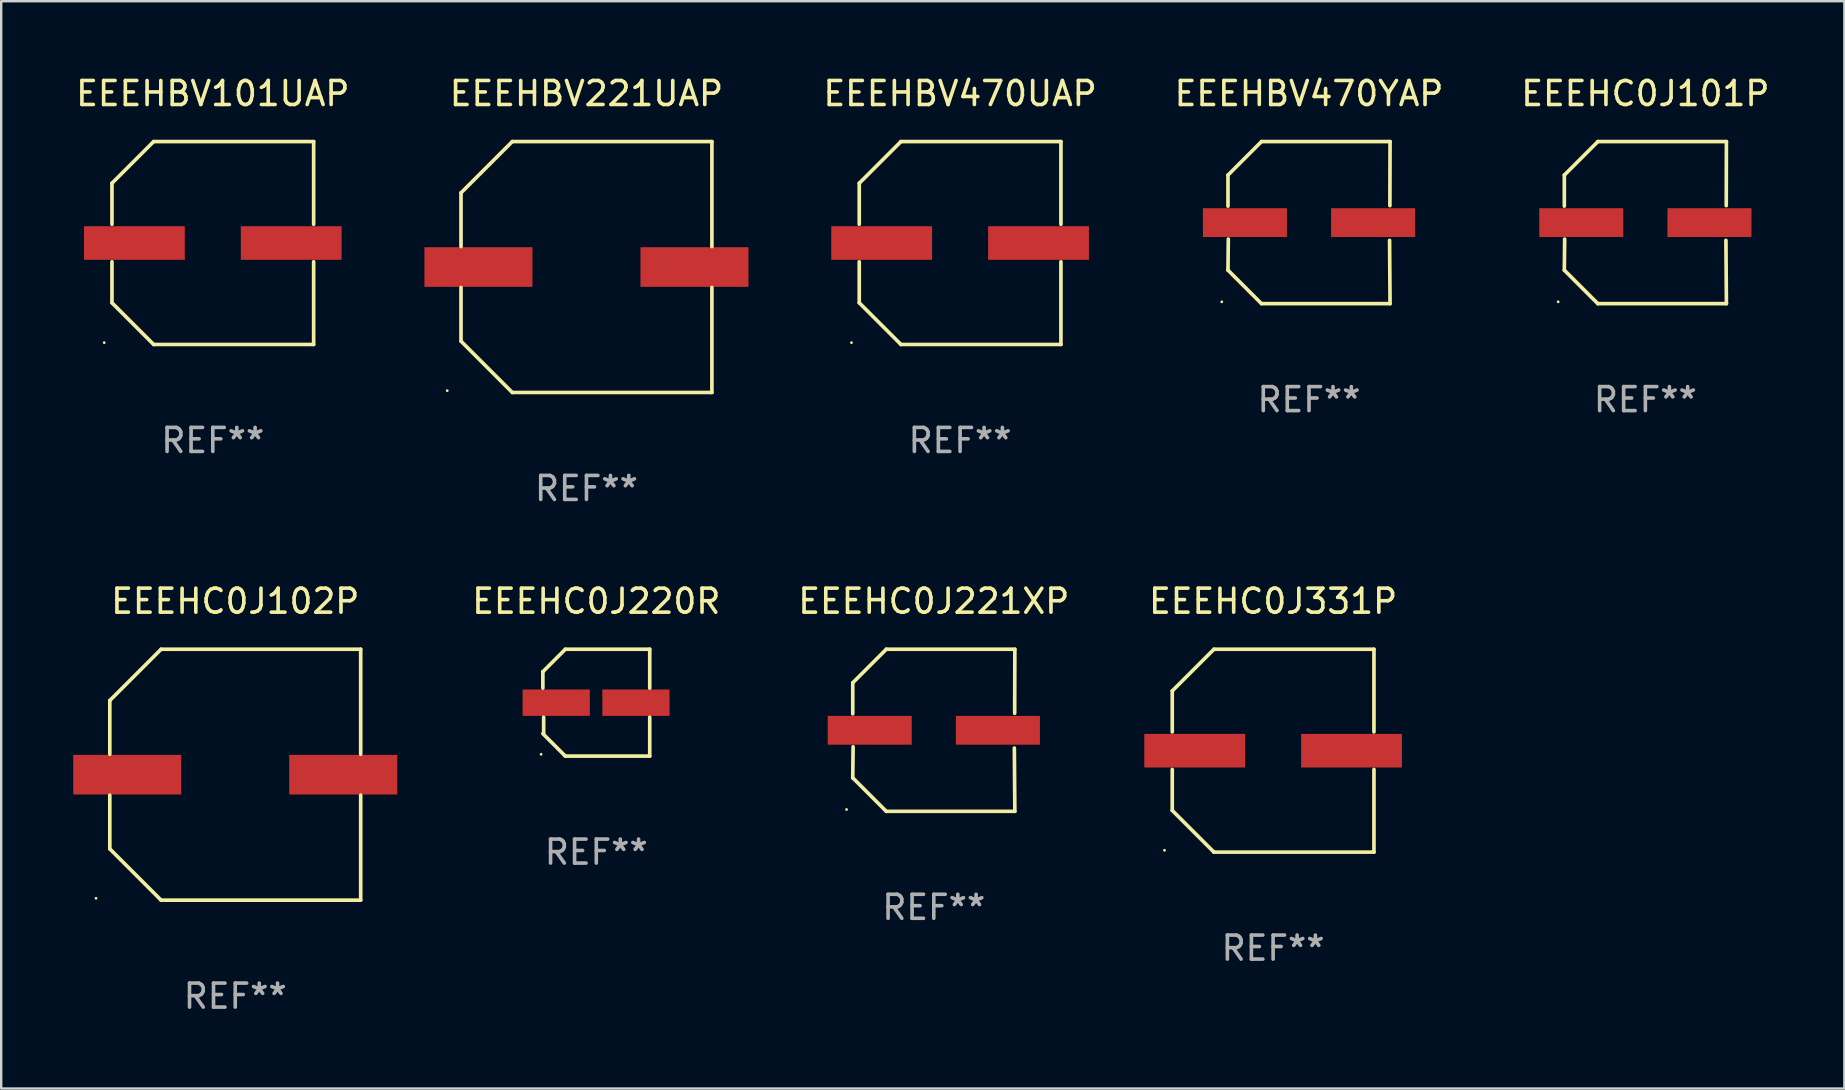
<source format=kicad_pcb>
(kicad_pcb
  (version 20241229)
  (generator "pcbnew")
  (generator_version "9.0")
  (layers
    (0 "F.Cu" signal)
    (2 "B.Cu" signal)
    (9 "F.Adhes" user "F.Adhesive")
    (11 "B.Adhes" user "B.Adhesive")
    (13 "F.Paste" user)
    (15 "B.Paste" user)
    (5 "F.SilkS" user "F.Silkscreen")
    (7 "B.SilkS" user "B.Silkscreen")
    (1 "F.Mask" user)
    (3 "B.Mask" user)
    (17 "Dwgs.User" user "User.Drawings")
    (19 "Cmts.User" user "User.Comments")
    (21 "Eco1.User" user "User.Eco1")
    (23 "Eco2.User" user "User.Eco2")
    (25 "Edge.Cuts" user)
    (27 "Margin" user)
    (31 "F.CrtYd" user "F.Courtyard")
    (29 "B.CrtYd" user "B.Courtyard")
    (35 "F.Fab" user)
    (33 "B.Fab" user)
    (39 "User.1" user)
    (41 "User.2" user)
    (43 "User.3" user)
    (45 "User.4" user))
  (footprint "EEEHBV101UAP"
    (layer "F.Cu")
    (at 5.815 7.074)
    (property "Reference" "EEEHBV101UAP" (at 0 -6.226 0) (layer "F.SilkS") (effects (font (size 1 1) (thickness 0.15))))
    (attr through_hole)
    (fp_line (start -4.201 -2.49) (end -4.201 -0.782) (stroke (width 0.152) (type solid)) (layer "F.SilkS"))
    (fp_line (start -4.201 2.49) (end -4.201 0.782) (stroke (width 0.152) (type solid)) (layer "F.SilkS"))
    (fp_line (start -2.465 -4.226) (end -4.201 -2.49) (stroke (width 0.152) (type solid)) (layer "F.SilkS"))
    (fp_line (start -2.465 4.226) (end -4.201 2.49) (stroke (width 0.152) (type solid)) (layer "F.SilkS"))
    (fp_line (start 4.201 -4.226) (end -2.465 -4.226) (stroke (width 0.152) (type solid)) (layer "F.SilkS"))
    (fp_line (start 4.201 -0.782) (end 4.201 -4.226) (stroke (width 0.152) (type solid)) (layer "F.SilkS"))
    (fp_line (start 4.201 0.782) (end 4.201 4.226) (stroke (width 0.152) (type solid)) (layer "F.SilkS"))
    (fp_line (start 4.201 4.226) (end -2.465 4.226) (stroke (width 0.152) (type solid)) (layer "F.SilkS"))
    (fp_circle (center -4.524 4.15) (end -4.494 4.15) (stroke (width 0.06) (type solid)) (fill no) (layer "F.SilkS"))
    (fp_text user "REF**" (at 0 8.226 0) (layer "F.Fab") (effects (font (size 1 1) (thickness 0.15))))
    (pad "1" smd rect (at -3.267 0) (size 4.2 1.4) (layers "F.Cu" "F.Mask" "F.Paste"))
    (pad "2" smd rect (at 3.267 0) (size 4.2 1.4) (layers "F.Cu" "F.Mask" "F.Paste")))
  (footprint "EEEHC0J331P"
    (layer "F.Cu")
    (at 49.986 28.223)
    (property "Reference" "EEEHC0J331P" (at 0 -6.226 0) (layer "F.SilkS") (effects (font (size 1 1) (thickness 0.15))))
    (attr through_hole)
    (fp_line (start -4.201 -2.49) (end -4.201 -0.782) (stroke (width 0.152) (type solid)) (layer "F.SilkS"))
    (fp_line (start -4.201 2.49) (end -4.201 0.782) (stroke (width 0.152) (type solid)) (layer "F.SilkS"))
    (fp_line (start -2.465 -4.226) (end -4.201 -2.49) (stroke (width 0.152) (type solid)) (layer "F.SilkS"))
    (fp_line (start -2.465 4.226) (end -4.201 2.49) (stroke (width 0.152) (type solid)) (layer "F.SilkS"))
    (fp_line (start 4.201 -4.226) (end -2.465 -4.226) (stroke (width 0.152) (type solid)) (layer "F.SilkS"))
    (fp_line (start 4.201 -0.782) (end 4.201 -4.226) (stroke (width 0.152) (type solid)) (layer "F.SilkS"))
    (fp_line (start 4.201 0.782) (end 4.201 4.226) (stroke (width 0.152) (type solid)) (layer "F.SilkS"))
    (fp_line (start 4.201 4.226) (end -2.465 4.226) (stroke (width 0.152) (type solid)) (layer "F.SilkS"))
    (fp_circle (center -4.524 4.15) (end -4.494 4.15) (stroke (width 0.06) (type solid)) (fill no) (layer "F.SilkS"))
    (fp_text user "REF**" (at 0 8.226 0) (layer "F.Fab") (effects (font (size 1 1) (thickness 0.15))))
    (pad "1" smd rect (at -3.267 0) (size 4.2 1.4) (layers "F.Cu" "F.Mask" "F.Paste"))
    (pad "2" smd rect (at 3.267 0) (size 4.2 1.4) (layers "F.Cu" "F.Mask" "F.Paste")))
  (footprint "EEEHC0J221XP"
    (layer "F.Cu")
    (at 35.851 27.373)
    (property "Reference" "EEEHC0J221XP" (at 0 -5.376 0) (layer "F.SilkS") (effects (font (size 1 1) (thickness 0.15))))
    (attr through_hole)
    (fp_line (start -3.376 -1.98) (end -3.376 -0.686) (stroke (width 0.152) (type solid)) (layer "F.SilkS"))
    (fp_line (start -3.376 1.981) (end -3.362 0.686) (stroke (width 0.152) (type solid)) (layer "F.SilkS"))
    (fp_line (start -1.981 3.376) (end -3.376 1.981) (stroke (width 0.152) (type solid)) (layer "F.SilkS"))
    (fp_line (start -1.98 -3.376) (end -3.376 -1.98) (stroke (width 0.152) (type solid)) (layer "F.SilkS"))
    (fp_line (start 3.356 0.74) (end 3.376 3.376) (stroke (width 0.152) (type solid)) (layer "F.SilkS"))
    (fp_line (start 3.369 -0.707) (end 3.376 -3.376) (stroke (width 0.152) (type solid)) (layer "F.SilkS"))
    (fp_line (start 3.376 3.376) (end -1.981 3.376) (stroke (width 0.152) (type solid)) (layer "F.SilkS"))
    (fp_line (start 3.376 -3.376) (end -1.98 -3.376) (stroke (width 0.152) (type solid)) (layer "F.SilkS"))
    (fp_circle (center -3.634 3.3) (end -3.604 3.3) (stroke (width 0.06) (type solid)) (fill no) (layer "F.SilkS"))
    (fp_text user "REF**" (at 0 7.376 0) (layer "F.Fab") (effects (font (size 1 1) (thickness 0.15))))
    (pad "1" smd rect (at -2.67 0.000254) (size 3.5 1.2) (layers "F.Cu" "F.Mask" "F.Paste"))
    (pad "2" smd rect (at 2.67 0.000254) (size 3.5 1.2) (layers "F.Cu" "F.Mask" "F.Paste")))
  (footprint "EEEHBV470UAP"
    (layer "F.Cu")
    (at 36.946 7.074)
    (property "Reference" "EEEHBV470UAP" (at 0 -6.226 0) (layer "F.SilkS") (effects (font (size 1 1) (thickness 0.15))))
    (attr through_hole)
    (fp_line (start -4.201 -2.49) (end -4.201 -0.782) (stroke (width 0.152) (type solid)) (layer "F.SilkS"))
    (fp_line (start -4.201 2.49) (end -4.201 0.782) (stroke (width 0.152) (type solid)) (layer "F.SilkS"))
    (fp_line (start -2.465 -4.226) (end -4.201 -2.49) (stroke (width 0.152) (type solid)) (layer "F.SilkS"))
    (fp_line (start -2.465 4.226) (end -4.201 2.49) (stroke (width 0.152) (type solid)) (layer "F.SilkS"))
    (fp_line (start 4.201 -4.226) (end -2.465 -4.226) (stroke (width 0.152) (type solid)) (layer "F.SilkS"))
    (fp_line (start 4.201 -0.782) (end 4.201 -4.226) (stroke (width 0.152) (type solid)) (layer "F.SilkS"))
    (fp_line (start 4.201 0.782) (end 4.201 4.226) (stroke (width 0.152) (type solid)) (layer "F.SilkS"))
    (fp_line (start 4.201 4.226) (end -2.465 4.226) (stroke (width 0.152) (type solid)) (layer "F.SilkS"))
    (fp_circle (center -4.524 4.15) (end -4.494 4.15) (stroke (width 0.06) (type solid)) (fill no) (layer "F.SilkS"))
    (fp_text user "REF**" (at 0 8.226 0) (layer "F.Fab") (effects (font (size 1 1) (thickness 0.15))))
    (pad "1" smd rect (at -3.267 0) (size 4.2 1.4) (layers "F.Cu" "F.Mask" "F.Paste"))
    (pad "2" smd rect (at 3.267 0) (size 4.2 1.4) (layers "F.Cu" "F.Mask" "F.Paste")))
  (footprint "EEEHBV470YAP"
    (layer "F.Cu")
    (at 51.482 6.224)
    (property "Reference" "EEEHBV470YAP" (at 0 -5.376 0) (layer "F.SilkS") (effects (font (size 1 1) (thickness 0.15))))
    (attr through_hole)
    (fp_line (start -3.376 -1.98) (end -3.376 -0.686) (stroke (width 0.152) (type solid)) (layer "F.SilkS"))
    (fp_line (start -3.376 1.981) (end -3.362 0.686) (stroke (width 0.152) (type solid)) (layer "F.SilkS"))
    (fp_line (start -1.981 3.376) (end -3.376 1.981) (stroke (width 0.152) (type solid)) (layer "F.SilkS"))
    (fp_line (start -1.98 -3.376) (end -3.376 -1.98) (stroke (width 0.152) (type solid)) (layer "F.SilkS"))
    (fp_line (start 3.356 0.74) (end 3.376 3.376) (stroke (width 0.152) (type solid)) (layer "F.SilkS"))
    (fp_line (start 3.369 -0.707) (end 3.376 -3.376) (stroke (width 0.152) (type solid)) (layer "F.SilkS"))
    (fp_line (start 3.376 3.376) (end -1.981 3.376) (stroke (width 0.152) (type solid)) (layer "F.SilkS"))
    (fp_line (start 3.376 -3.376) (end -1.98 -3.376) (stroke (width 0.152) (type solid)) (layer "F.SilkS"))
    (fp_circle (center -3.634 3.3) (end -3.604 3.3) (stroke (width 0.06) (type solid)) (fill no) (layer "F.SilkS"))
    (fp_text user "REF**" (at 0 7.376 0) (layer "F.Fab") (effects (font (size 1 1) (thickness 0.15))))
    (pad "1" smd rect (at -2.67 0.000254) (size 3.5 1.2) (layers "F.Cu" "F.Mask" "F.Paste"))
    (pad "2" smd rect (at 2.67 0.000254) (size 3.5 1.2) (layers "F.Cu" "F.Mask" "F.Paste")))
  (footprint "EEEHC0J220R"
    (layer "F.Cu")
    (at 21.791 26.223)
    (property "Reference" "EEEHC0J220R" (at 0 -4.226 0) (layer "F.SilkS") (effects (font (size 1 1) (thickness 0.15))))
    (attr through_hole)
    (fp_line (start -2.226 -1.29) (end -2.226 -0.607) (stroke (width 0.152) (type solid)) (layer "F.SilkS"))
    (fp_line (start -2.193 1.29) (end -2.193 0.607) (stroke (width 0.152) (type solid)) (layer "F.SilkS"))
    (fp_line (start -1.29 2.226) (end -2.226 1.29) (stroke (width 0.152) (type solid)) (layer "F.SilkS"))
    (fp_line (start -1.29 -2.226) (end -2.226 -1.29) (stroke (width 0.152) (type solid)) (layer "F.SilkS"))
    (fp_line (start 2.226 -2.226) (end -1.29 -2.226) (stroke (width 0.152) (type solid)) (layer "F.SilkS"))
    (fp_line (start 2.226 -0.607) (end 2.226 -2.226) (stroke (width 0.152) (type solid)) (layer "F.SilkS"))
    (fp_line (start 2.226 0.607) (end 2.226 2.226) (stroke (width 0.152) (type solid)) (layer "F.SilkS"))
    (fp_line (start 2.226 2.226) (end -1.29 2.226) (stroke (width 0.152) (type solid)) (layer "F.SilkS"))
    (fp_circle (center -2.3 2.15) (end -2.27 2.15) (stroke (width 0.06) (type solid)) (fill no) (layer "F.SilkS"))
    (fp_text user "REF**" (at 0 6.226 0) (layer "F.Fab") (effects (font (size 1 1) (thickness 0.15))))
    (pad "1" smd rect (at -1.67 -0.000025) (size 2.8 1.1) (layers "F.Cu" "F.Mask" "F.Paste"))
    (pad "2" smd rect (at 1.651 -0.000025) (size 2.8 1.1) (layers "F.Cu" "F.Mask" "F.Paste")))
  (footprint "EEEHC0J101P"
    (layer "F.Cu")
    (at 65.494 6.224)
    (property "Reference" "EEEHC0J101P" (at 0 -5.376 0) (layer "F.SilkS") (effects (font (size 1 1) (thickness 0.15))))
    (attr through_hole)
    (fp_line (start -3.376 -1.98) (end -3.376 -0.686) (stroke (width 0.152) (type solid)) (layer "F.SilkS"))
    (fp_line (start -3.376 1.981) (end -3.362 0.686) (stroke (width 0.152) (type solid)) (layer "F.SilkS"))
    (fp_line (start -1.981 3.376) (end -3.376 1.981) (stroke (width 0.152) (type solid)) (layer "F.SilkS"))
    (fp_line (start -1.98 -3.376) (end -3.376 -1.98) (stroke (width 0.152) (type solid)) (layer "F.SilkS"))
    (fp_line (start 3.356 0.74) (end 3.376 3.376) (stroke (width 0.152) (type solid)) (layer "F.SilkS"))
    (fp_line (start 3.369 -0.707) (end 3.376 -3.376) (stroke (width 0.152) (type solid)) (layer "F.SilkS"))
    (fp_line (start 3.376 3.376) (end -1.981 3.376) (stroke (width 0.152) (type solid)) (layer "F.SilkS"))
    (fp_line (start 3.376 -3.376) (end -1.98 -3.376) (stroke (width 0.152) (type solid)) (layer "F.SilkS"))
    (fp_circle (center -3.634 3.3) (end -3.604 3.3) (stroke (width 0.06) (type solid)) (fill no) (layer "F.SilkS"))
    (fp_text user "REF**" (at 0 7.376 0) (layer "F.Fab") (effects (font (size 1 1) (thickness 0.15))))
    (pad "1" smd rect (at -2.67 0.000254) (size 3.5 1.2) (layers "F.Cu" "F.Mask" "F.Paste"))
    (pad "2" smd rect (at 2.67 0.000254) (size 3.5 1.2) (layers "F.Cu" "F.Mask" "F.Paste")))
  (footprint "EEEHBV221UAP"
    (layer "F.Cu")
    (at 21.381 8.074)
    (property "Reference" "EEEHBV221UAP" (at 0 -7.226 0) (layer "F.SilkS") (effects (font (size 1 1) (thickness 0.15))))
    (attr through_hole)
    (fp_line (start -5.226 -3.09) (end -5.226 -0.852) (stroke (width 0.152) (type solid)) (layer "F.SilkS"))
    (fp_line (start -5.226 3.09) (end -5.226 0.852) (stroke (width 0.152) (type solid)) (layer "F.SilkS"))
    (fp_line (start -3.09 -5.226) (end -5.226 -3.09) (stroke (width 0.152) (type solid)) (layer "F.SilkS"))
    (fp_line (start -3.09 5.226) (end -5.226 3.09) (stroke (width 0.152) (type solid)) (layer "F.SilkS"))
    (fp_line (start 5.226 -5.226) (end -3.09 -5.226) (stroke (width 0.152) (type solid)) (layer "F.SilkS"))
    (fp_line (start 5.226 -0.852) (end 5.226 -5.226) (stroke (width 0.152) (type solid)) (layer "F.SilkS"))
    (fp_line (start 5.226 0.852) (end 5.226 5.226) (stroke (width 0.152) (type solid)) (layer "F.SilkS"))
    (fp_line (start 5.226 5.226) (end -3.09 5.226) (stroke (width 0.152) (type solid)) (layer "F.SilkS"))
    (fp_circle (center -5.8 5.15) (end -5.77 5.15) (stroke (width 0.06) (type solid)) (fill no) (layer "F.SilkS"))
    (fp_text user "REF**" (at 0 9.226 0) (layer "F.Fab") (effects (font (size 1 1) (thickness 0.15))))
    (pad "1" smd rect (at -4.5 0) (size 4.5 1.65) (layers "F.Cu" "F.Mask" "F.Paste"))
    (pad "2" smd rect (at 4.5 0) (size 4.5 1.65) (layers "F.Cu" "F.Mask" "F.Paste")))
  (footprint "EEEHC0J102P"
    (layer "F.Cu")
    (at 6.75 29.223)
    (property "Reference" "EEEHC0J102P" (at 0 -7.226 0) (layer "F.SilkS") (effects (font (size 1 1) (thickness 0.15))))
    (attr through_hole)
    (fp_line (start -5.226 -3.09) (end -5.226 -0.852) (stroke (width 0.152) (type solid)) (layer "F.SilkS"))
    (fp_line (start -5.226 3.09) (end -5.226 0.852) (stroke (width 0.152) (type solid)) (layer "F.SilkS"))
    (fp_line (start -3.09 -5.226) (end -5.226 -3.09) (stroke (width 0.152) (type solid)) (layer "F.SilkS"))
    (fp_line (start -3.09 5.226) (end -5.226 3.09) (stroke (width 0.152) (type solid)) (layer "F.SilkS"))
    (fp_line (start 5.226 -5.226) (end -3.09 -5.226) (stroke (width 0.152) (type solid)) (layer "F.SilkS"))
    (fp_line (start 5.226 -0.852) (end 5.226 -5.226) (stroke (width 0.152) (type solid)) (layer "F.SilkS"))
    (fp_line (start 5.226 0.852) (end 5.226 5.226) (stroke (width 0.152) (type solid)) (layer "F.SilkS"))
    (fp_line (start 5.226 5.226) (end -3.09 5.226) (stroke (width 0.152) (type solid)) (layer "F.SilkS"))
    (fp_circle (center -5.8 5.15) (end -5.77 5.15) (stroke (width 0.06) (type solid)) (fill no) (layer "F.SilkS"))
    (fp_text user "REF**" (at 0 9.226 0) (layer "F.Fab") (effects (font (size 1 1) (thickness 0.15))))
    (pad "1" smd rect (at -4.5 0) (size 4.5 1.65) (layers "F.Cu" "F.Mask" "F.Paste"))
    (pad "2" smd rect (at 4.5 0) (size 4.5 1.65) (layers "F.Cu" "F.Mask" "F.Paste")))
  (gr_rect
    (start -3 -3)
    (end 73.785 42.298)
    (stroke (width 0.1) (type default))
    (fill no)
    (layer "Edge.Cuts")))
</source>
